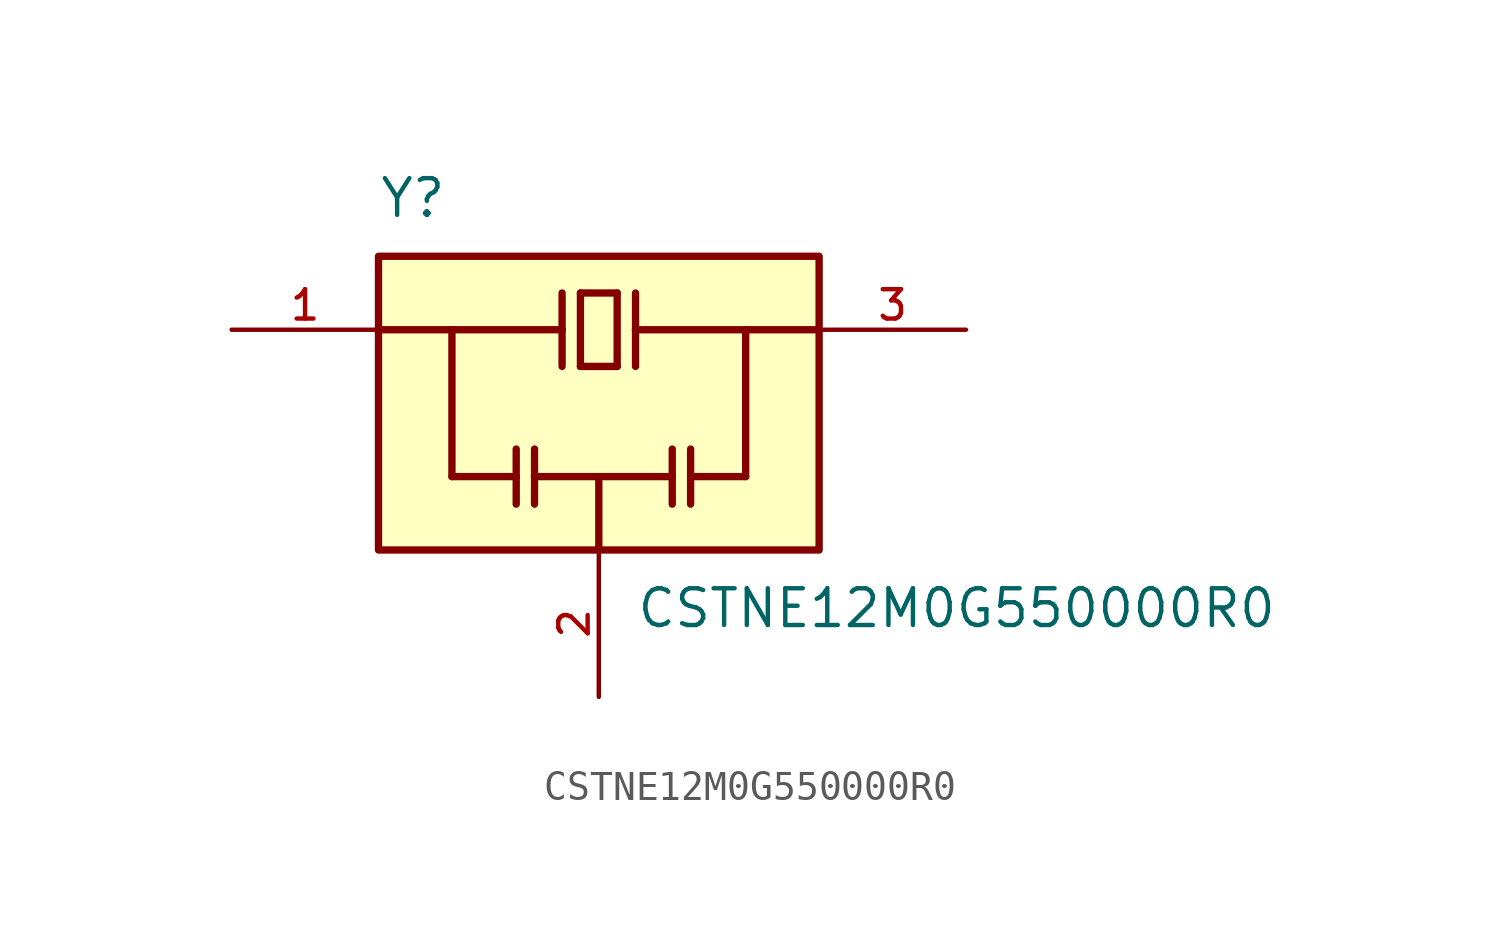
<source format=kicad_sym>
(kicad_symbol_lib
  (version 20211014)
  (generator kicad_symbol_editor)
  (symbol "CSTNE12M0G550000R0"
    (pin_names
      (offset 1.016))
    (property "Reference" "Y"
      (at -7.62 6.35 0)
      (effects (font (size 1.27 1.27)) (justify bottom left)))
    (property "Value" "CSTNE12M0G550000R0"
      (at 1.27 -6.35 0.0)
      (effects (font (size 1.27 1.27)) (justify top left)))
    (symbol "CSTNE12M0G550000R0_0_0"
      (polyline (pts (xy -1.27 3.81) (xy -1.27 2.54)) (stroke (width 0.254)))
      (polyline (pts (xy -1.27 2.54) (xy -1.27 1.27)) (stroke (width 0.254)))
      (polyline (pts (xy -0.635 1.27) (xy -0.635 3.81)) (stroke (width 0.254)))
      (polyline (pts (xy -0.635 3.81) (xy 0.635 3.81)) (stroke (width 0.254)))
      (polyline (pts (xy 0.635 3.81) (xy 0.635 1.27)) (stroke (width 0.254)))
      (polyline (pts (xy 0.635 1.27) (xy -0.635 1.27)) (stroke (width 0.254)))
      (polyline (pts (xy 1.27 3.81) (xy 1.27 2.54)) (stroke (width 0.254)))
      (polyline (pts (xy 1.27 2.54) (xy 1.27 1.27)) (stroke (width 0.254)))
      (polyline (pts (xy -2.857 -1.587) (xy -2.857 -2.54)) (stroke (width 0.254)))
      (polyline (pts (xy -2.857 -2.54) (xy -2.857 -3.493)) (stroke (width 0.254)))
      (polyline (pts (xy -2.223 -1.587) (xy -2.223 -2.54)) (stroke (width 0.254)))
      (polyline (pts (xy -2.223 -2.54) (xy -2.223 -3.493)) (stroke (width 0.254)))
      (polyline (pts (xy 2.54 -1.587) (xy 2.54 -2.54)) (stroke (width 0.254)))
      (polyline (pts (xy 2.54 -2.54) (xy 2.54 -3.493)) (stroke (width 0.254)))
      (polyline (pts (xy 3.175 -1.587) (xy 3.175 -2.54)) (stroke (width 0.254)))
      (polyline (pts (xy 3.175 -2.54) (xy 3.175 -3.493)) (stroke (width 0.254)))
      (polyline (pts (xy -7.62 2.54) (xy -5.08 2.54)) (stroke (width 0.254)))
      (polyline (pts (xy -5.08 2.54) (xy -1.27 2.54)) (stroke (width 0.254)))
      (polyline (pts (xy 1.27 2.54) (xy 5.08 2.54)) (stroke (width 0.254)))
      (polyline (pts (xy 5.08 2.54) (xy 7.62 2.54)) (stroke (width 0.254)))
      (polyline (pts (xy -2.857 -2.54) (xy -5.08 -2.54)) (stroke (width 0.254)))
      (polyline (pts (xy -5.08 -2.54) (xy -5.08 2.54)) (stroke (width 0.254)))
      (polyline (pts (xy 3.175 -2.54) (xy 5.08 -2.54)) (stroke (width 0.254)))
      (polyline (pts (xy 5.08 -2.54) (xy 5.08 2.54)) (stroke (width 0.254)))
      (polyline (pts (xy 0.0 -5.08) (xy 0.0 -2.54)) (stroke (width 0.254)))
      (polyline (pts (xy 0.0 -2.54) (xy -2.223 -2.54)) (stroke (width 0.254)))
      (polyline (pts (xy 0.0 -2.54) (xy 2.54 -2.54)) (stroke (width 0.254)))
      (rectangle (start -7.62 -5.08) (end 7.62 5.08) (stroke (width 0.254)) (fill (type background)))
      (pin input line (at -12.7 2.54 0) (length 5.08) (name "~" (effects (font (size 1.016 1.016)))) (number "1" (effects (font (size 1.016 1.016)))))
      (pin output line (at 12.7 2.54 180.0) (length 5.08) (name "~" (effects (font (size 1.016 1.016)))) (number "3" (effects (font (size 1.016 1.016)))))
      (pin power_in line (at 0.0 -10.16 90.0) (length 5.08) (name "~" (effects (font (size 1.016 1.016)))) (number "2" (effects (font (size 1.016 1.016))))))))
</source>
